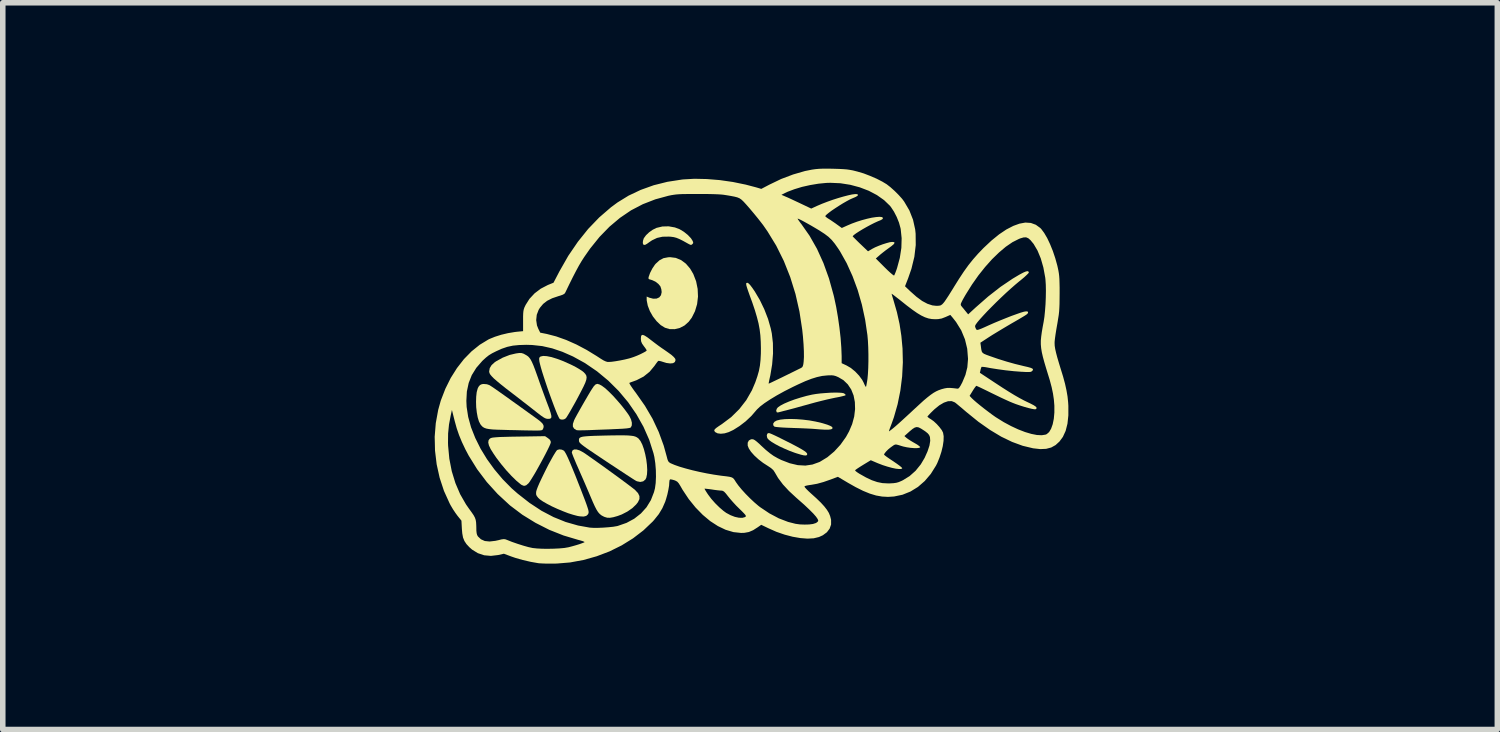
<source format=kicad_pcb>
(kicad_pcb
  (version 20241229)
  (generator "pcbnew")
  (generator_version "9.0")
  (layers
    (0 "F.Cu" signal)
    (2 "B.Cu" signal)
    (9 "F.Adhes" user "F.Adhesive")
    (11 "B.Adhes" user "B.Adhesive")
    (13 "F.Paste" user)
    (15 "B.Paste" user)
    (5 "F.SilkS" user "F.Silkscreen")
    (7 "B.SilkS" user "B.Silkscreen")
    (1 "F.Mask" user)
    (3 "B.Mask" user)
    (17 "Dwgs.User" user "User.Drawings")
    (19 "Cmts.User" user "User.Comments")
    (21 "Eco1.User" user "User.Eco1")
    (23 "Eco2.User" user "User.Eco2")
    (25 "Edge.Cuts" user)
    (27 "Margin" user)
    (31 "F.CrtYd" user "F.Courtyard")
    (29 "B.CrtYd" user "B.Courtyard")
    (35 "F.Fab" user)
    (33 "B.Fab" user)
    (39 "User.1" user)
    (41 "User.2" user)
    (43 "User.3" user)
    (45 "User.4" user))
  (footprint "NLIME_FLIP_12mm"
    (layer "F.Cu")
    (at 10.514 3.574)
    (property "Reference" "NLIME_FLIP_12mm" (at 0 0 0) (layer "User.1") (effects (font (size 1.5 1.5) (thickness 0.3))))
    (attr board_only exclude_from_pos_files exclude_from_bom)
    (fp_poly (pts (xy 0.347 1.209) (xy 0.366 1.215) (xy 0.395 1.227) (xy 0.437 1.246) (xy 0.496 1.274) (xy 0.574 1.313) (xy 0.642 1.347) (xy 0.759 1.406) (xy 0.852 1.455) (xy 0.924 1.495) (xy 0.976 1.527) (xy 1.01 1.552) (xy 1.029 1.573) (xy 1.034 1.585) (xy 1.031 1.604) (xy 1.013 1.613) (xy 0.977 1.612) (xy 0.921 1.599) (xy 0.842 1.575) (xy 0.814 1.566) (xy 0.719 1.531) (xy 0.625 1.491) (xy 0.536 1.45) (xy 0.457 1.408) (xy 0.391 1.368) (xy 0.342 1.332) (xy 0.315 1.302) (xy 0.312 1.297) (xy 0.303 1.255) (xy 0.311 1.223) (xy 0.324 1.211) (xy 0.334 1.209)) (stroke (width 0) (type solid)) (fill yes) (layer "F.SilkS"))
    (fp_poly (pts (xy 0.839 0.956) (xy 0.954 0.965) (xy 1.072 0.979) (xy 1.187 1) (xy 1.297 1.026) (xy 1.316 1.031) (xy 1.397 1.056) (xy 1.452 1.078) (xy 1.484 1.097) (xy 1.493 1.116) (xy 1.487 1.129) (xy 1.466 1.14) (xy 1.424 1.146) (xy 1.36 1.147) (xy 1.272 1.142) (xy 1.185 1.135) (xy 1.135 1.131) (xy 1.064 1.127) (xy 0.978 1.123) (xy 0.883 1.119) (xy 0.784 1.116) (xy 0.77 1.115) (xy 0.679 1.112) (xy 0.597 1.108) (xy 0.528 1.103) (xy 0.476 1.098) (xy 0.446 1.093) (xy 0.442 1.092) (xy 0.42 1.067) (xy 0.42 1.034) (xy 0.442 1.004) (xy 0.483 0.981) (xy 0.548 0.965) (xy 0.631 0.956) (xy 0.73 0.953)) (stroke (width 0) (type solid)) (fill yes) (layer "F.SilkS"))
    (fp_poly (pts (xy -1.359 -2.511) (xy -1.274 -2.479) (xy -1.196 -2.432) (xy -1.125 -2.375) (xy -1.068 -2.315) (xy -1.041 -2.273) (xy -1.028 -2.243) (xy -1.03 -2.224) (xy -1.043 -2.209) (xy -1.058 -2.197) (xy -1.076 -2.196) (xy -1.103 -2.208) (xy -1.132 -2.224) (xy -1.213 -2.269) (xy -1.277 -2.301) (xy -1.331 -2.323) (xy -1.38 -2.336) (xy -1.433 -2.343) (xy -1.468 -2.345) (xy -1.583 -2.343) (xy -1.682 -2.321) (xy -1.772 -2.278) (xy -1.814 -2.25) (xy -1.863 -2.215) (xy -1.895 -2.197) (xy -1.917 -2.195) (xy -1.93 -2.202) (xy -1.939 -2.228) (xy -1.936 -2.268) (xy -1.923 -2.31) (xy -1.919 -2.318) (xy -1.881 -2.37) (xy -1.825 -2.423) (xy -1.758 -2.47) (xy -1.691 -2.503) (xy -1.585 -2.528) (xy -1.472 -2.531)) (stroke (width 0) (type solid)) (fill yes) (layer "F.SilkS"))
    (fp_poly (pts (xy -3.655 1.299) (xy -3.62 1.328) (xy -3.605 1.357) (xy -3.603 1.376) (xy -3.61 1.401) (xy -3.629 1.446) (xy -3.658 1.506) (xy -3.695 1.579) (xy -3.738 1.661) (xy -3.784 1.746) (xy -3.831 1.831) (xy -3.877 1.913) (xy -3.921 1.987) (xy -3.959 2.048) (xy -3.989 2.094) (xy -4.007 2.117) (xy -4.049 2.153) (xy -4.087 2.163) (xy -4.129 2.147) (xy -4.148 2.134) (xy -4.227 2.068) (xy -4.315 1.982) (xy -4.408 1.881) (xy -4.5 1.77) (xy -4.587 1.656) (xy -4.639 1.58) (xy -4.691 1.497) (xy -4.722 1.431) (xy -4.734 1.379) (xy -4.728 1.338) (xy -4.71 1.313) (xy -4.699 1.305) (xy -4.683 1.297) (xy -4.66 1.291) (xy -4.627 1.287) (xy -4.58 1.283) (xy -4.518 1.279) (xy -4.437 1.277) (xy -4.335 1.274) (xy -4.209 1.272) (xy -4.138 1.271) (xy -3.707 1.264)) (stroke (width 0) (type solid)) (fill yes) (layer "F.SilkS"))
    (fp_poly (pts (xy 1.606 0.477) (xy 1.662 0.481) (xy 1.695 0.488) (xy 1.698 0.489) (xy 1.722 0.507) (xy 1.73 0.521) (xy 1.717 0.529) (xy 1.68 0.539) (xy 1.627 0.552) (xy 1.561 0.565) (xy 1.548 0.567) (xy 1.477 0.582) (xy 1.387 0.602) (xy 1.285 0.627) (xy 1.179 0.654) (xy 1.077 0.682) (xy 1.072 0.684) (xy 0.976 0.71) (xy 0.882 0.736) (xy 0.796 0.76) (xy 0.723 0.779) (xy 0.67 0.793) (xy 0.663 0.795) (xy 0.606 0.809) (xy 0.558 0.822) (xy 0.526 0.83) (xy 0.521 0.832) (xy 0.494 0.835) (xy 0.483 0.831) (xy 0.473 0.803) (xy 0.484 0.768) (xy 0.504 0.743) (xy 0.55 0.711) (xy 0.618 0.675) (xy 0.704 0.638) (xy 0.803 0.601) (xy 0.911 0.567) (xy 1.021 0.536) (xy 1.121 0.513) (xy 1.193 0.501) (xy 1.275 0.491) (xy 1.364 0.484) (xy 1.452 0.478) (xy 1.534 0.476)) (stroke (width 0) (type solid)) (fill yes) (layer "F.SilkS"))
    (fp_poly (pts (xy -2.72 0.33) (xy -2.672 0.358) (xy -2.618 0.398) (xy -2.553 0.458) (xy -2.48 0.531) (xy -2.405 0.614) (xy -2.33 0.701) (xy -2.261 0.788) (xy -2.202 0.869) (xy -2.181 0.902) (xy -2.152 0.961) (xy -2.137 1.019) (xy -2.138 1.069) (xy -2.155 1.105) (xy -2.159 1.108) (xy -2.181 1.116) (xy -2.227 1.123) (xy -2.299 1.129) (xy -2.398 1.134) (xy -2.444 1.136) (xy -2.547 1.141) (xy -2.658 1.145) (xy -2.768 1.149) (xy -2.866 1.153) (xy -2.912 1.155) (xy -2.987 1.157) (xy -3.052 1.158) (xy -3.103 1.158) (xy -3.133 1.156) (xy -3.138 1.154) (xy -3.182 1.127) (xy -3.204 1.09) (xy -3.203 1.041) (xy -3.181 0.976) (xy -3.165 0.943) (xy -3.127 0.873) (xy -3.08 0.789) (xy -3.029 0.699) (xy -2.977 0.609) (xy -2.928 0.525) (xy -2.886 0.454) (xy -2.86 0.413) (xy -2.823 0.358) (xy -2.791 0.327) (xy -2.759 0.318)) (stroke (width 0) (type solid)) (fill yes) (layer "F.SilkS"))
    (fp_poly (pts (xy -3.675 -0.183) (xy -3.59 -0.166) (xy -3.49 -0.135) (xy -3.378 -0.093) (xy -3.255 -0.038) (xy -3.209 -0.016) (xy -3.144 0.018) (xy -3.083 0.054) (xy -3.033 0.087) (xy -3.008 0.107) (xy -2.979 0.138) (xy -2.961 0.168) (xy -2.955 0.202) (xy -2.961 0.244) (xy -2.979 0.297) (xy -3.011 0.367) (xy -3.056 0.455) (xy -3.109 0.556) (xy -3.161 0.653) (xy -3.211 0.741) (xy -3.255 0.819) (xy -3.292 0.881) (xy -3.319 0.924) (xy -3.332 0.941) (xy -3.363 0.96) (xy -3.402 0.965) (xy -3.435 0.957) (xy -3.445 0.948) (xy -3.461 0.92) (xy -3.485 0.869) (xy -3.514 0.798) (xy -3.547 0.713) (xy -3.583 0.616) (xy -3.621 0.512) (xy -3.659 0.405) (xy -3.695 0.298) (xy -3.729 0.195) (xy -3.759 0.101) (xy -3.783 0.019) (xy -3.8 -0.046) (xy -3.81 -0.091) (xy -3.81 -0.094) (xy -3.814 -0.135) (xy -3.809 -0.158) (xy -3.793 -0.173) (xy -3.786 -0.177) (xy -3.741 -0.187)) (stroke (width 0) (type solid)) (fill yes) (layer "F.SilkS"))
    (fp_poly (pts (xy -3.403 1.508) (xy -3.365 1.527) (xy -3.349 1.548) (xy -3.325 1.59) (xy -3.295 1.652) (xy -3.257 1.738) (xy -3.212 1.846) (xy -3.158 1.978) (xy -3.096 2.136) (xy -3.066 2.212) (xy -3.021 2.329) (xy -2.985 2.422) (xy -2.958 2.496) (xy -2.939 2.552) (xy -2.926 2.593) (xy -2.92 2.624) (xy -2.919 2.645) (xy -2.923 2.662) (xy -2.93 2.676) (xy -2.932 2.679) (xy -2.962 2.706) (xy -3.009 2.718) (xy -3.076 2.714) (xy -3.119 2.707) (xy -3.198 2.686) (xy -3.29 2.657) (xy -3.388 2.619) (xy -3.488 2.577) (xy -3.584 2.533) (xy -3.672 2.487) (xy -3.747 2.444) (xy -3.803 2.405) (xy -3.83 2.38) (xy -3.858 2.344) (xy -3.869 2.314) (xy -3.868 2.274) (xy -3.868 2.271) (xy -3.859 2.237) (xy -3.839 2.183) (xy -3.81 2.115) (xy -3.773 2.036) (xy -3.732 1.951) (xy -3.688 1.862) (xy -3.644 1.775) (xy -3.6 1.695) (xy -3.56 1.623) (xy -3.526 1.567) (xy -3.5 1.528) (xy -3.485 1.513) (xy -3.448 1.503)) (stroke (width 0) (type solid)) (fill yes) (layer "F.SilkS"))
    (fp_poly (pts (xy -1.342 -1.96) (xy -1.246 -1.92) (xy -1.159 -1.855) (xy -1.083 -1.766) (xy -1.026 -1.669) (xy -0.975 -1.537) (xy -0.947 -1.399) (xy -0.941 -1.26) (xy -0.957 -1.124) (xy -0.995 -0.996) (xy -1.053 -0.88) (xy -1.11 -0.804) (xy -1.184 -0.738) (xy -1.27 -0.693) (xy -1.362 -0.671) (xy -1.454 -0.672) (xy -1.538 -0.697) (xy -1.616 -0.745) (xy -1.69 -0.816) (xy -1.757 -0.902) (xy -1.811 -0.997) (xy -1.849 -1.095) (xy -1.868 -1.189) (xy -1.869 -1.214) (xy -1.869 -1.261) (xy -1.82 -1.24) (xy -1.751 -1.222) (xy -1.69 -1.224) (xy -1.641 -1.246) (xy -1.61 -1.286) (xy -1.598 -1.341) (xy -1.598 -1.343) (xy -1.604 -1.393) (xy -1.619 -1.439) (xy -1.621 -1.445) (xy -1.657 -1.489) (xy -1.71 -1.53) (xy -1.77 -1.558) (xy -1.796 -1.566) (xy -1.827 -1.575) (xy -1.837 -1.589) (xy -1.834 -1.613) (xy -1.808 -1.687) (xy -1.768 -1.766) (xy -1.721 -1.836) (xy -1.706 -1.854) (xy -1.637 -1.917) (xy -1.565 -1.955) (xy -1.481 -1.971) (xy -1.445 -1.973)) (stroke (width 0) (type solid)) (fill yes) (layer "F.SilkS"))
    (fp_poly (pts (xy -3.083 1.521) (xy -3.019 1.555) (xy -3.017 1.556) (xy -2.969 1.588) (xy -2.905 1.633) (xy -2.828 1.687) (xy -2.742 1.748) (xy -2.649 1.814) (xy -2.554 1.883) (xy -2.459 1.952) (xy -2.367 2.019) (xy -2.282 2.082) (xy -2.208 2.137) (xy -2.146 2.184) (xy -2.102 2.218) (xy -2.078 2.238) (xy -2.025 2.295) (xy -2 2.348) (xy -2 2.401) (xy -2.027 2.458) (xy -2.059 2.499) (xy -2.129 2.566) (xy -2.219 2.628) (xy -2.32 2.68) (xy -2.395 2.708) (xy -2.473 2.73) (xy -2.533 2.74) (xy -2.582 2.739) (xy -2.63 2.725) (xy -2.656 2.713) (xy -2.69 2.694) (xy -2.72 2.669) (xy -2.748 2.637) (xy -2.776 2.593) (xy -2.807 2.533) (xy -2.843 2.454) (xy -2.886 2.353) (xy -2.926 2.259) (xy -2.973 2.149) (xy -3.023 2.034) (xy -3.072 1.923) (xy -3.104 1.849) (xy -3.14 1.768) (xy -3.171 1.694) (xy -3.197 1.632) (xy -3.214 1.587) (xy -3.222 1.562) (xy -3.223 1.559) (xy -3.212 1.524) (xy -3.183 1.505) (xy -3.139 1.504)) (stroke (width 0) (type solid)) (fill yes) (layer "F.SilkS"))
    (fp_poly (pts (xy -4.759 0.325) (xy -4.715 0.34) (xy -4.692 0.354) (xy -4.649 0.382) (xy -4.59 0.423) (xy -4.519 0.473) (xy -4.437 0.531) (xy -4.35 0.593) (xy -4.323 0.613) (xy -4.229 0.68) (xy -4.137 0.746) (xy -4.05 0.809) (xy -3.973 0.864) (xy -3.91 0.909) (xy -3.865 0.942) (xy -3.86 0.945) (xy -3.797 0.993) (xy -3.756 1.032) (xy -3.736 1.065) (xy -3.732 1.098) (xy -3.742 1.129) (xy -3.749 1.143) (xy -3.759 1.152) (xy -3.775 1.158) (xy -3.804 1.161) (xy -3.849 1.162) (xy -3.915 1.162) (xy -3.959 1.161) (xy -4.039 1.16) (xy -4.139 1.158) (xy -4.249 1.155) (xy -4.361 1.153) (xy -4.457 1.15) (xy -4.567 1.147) (xy -4.653 1.143) (xy -4.718 1.136) (xy -4.767 1.127) (xy -4.804 1.114) (xy -4.833 1.097) (xy -4.857 1.073) (xy -4.876 1.049) (xy -4.903 0.996) (xy -4.925 0.923) (xy -4.941 0.836) (xy -4.952 0.741) (xy -4.955 0.643) (xy -4.952 0.55) (xy -4.943 0.468) (xy -4.925 0.402) (xy -4.91 0.371) (xy -4.883 0.339) (xy -4.85 0.324) (xy -4.82 0.32)) (stroke (width 0) (type solid)) (fill yes) (layer "F.SilkS"))
    (fp_poly (pts (xy -2.282 1.249) (xy -2.209 1.251) (xy -2.152 1.256) (xy -2.107 1.262) (xy -2.073 1.272) (xy -2.046 1.285) (xy -2.024 1.301) (xy -2.016 1.307) (xy -1.981 1.352) (xy -1.948 1.417) (xy -1.919 1.499) (xy -1.895 1.591) (xy -1.876 1.687) (xy -1.864 1.784) (xy -1.859 1.874) (xy -1.863 1.953) (xy -1.876 2.016) (xy -1.892 2.048) (xy -1.932 2.081) (xy -1.985 2.092) (xy -2.044 2.08) (xy -2.059 2.073) (xy -2.08 2.061) (xy -2.121 2.035) (xy -2.181 1.996) (xy -2.255 1.948) (xy -2.343 1.89) (xy -2.44 1.826) (xy -2.545 1.757) (xy -2.595 1.724) (xy -2.716 1.643) (xy -2.816 1.576) (xy -2.896 1.522) (xy -2.959 1.479) (xy -3.007 1.444) (xy -3.041 1.418) (xy -3.065 1.397) (xy -3.08 1.381) (xy -3.089 1.368) (xy -3.092 1.356) (xy -3.093 1.351) (xy -3.094 1.327) (xy -3.091 1.309) (xy -3.08 1.294) (xy -3.058 1.282) (xy -3.024 1.273) (xy -2.974 1.267) (xy -2.906 1.262) (xy -2.817 1.258) (xy -2.703 1.255) (xy -2.63 1.253) (xy -2.49 1.25) (xy -2.375 1.249)) (stroke (width 0) (type solid)) (fill yes) (layer "F.SilkS"))
    (fp_poly (pts (xy -4.132 -0.239) (xy -4.094 -0.227) (xy -4.049 -0.202) (xy -4.037 -0.195) (xy -4.012 -0.177) (xy -3.99 -0.153) (xy -3.967 -0.121) (xy -3.944 -0.077) (xy -3.918 -0.018) (xy -3.888 0.06) (xy -3.852 0.16) (xy -3.831 0.219) (xy -3.796 0.319) (xy -3.756 0.43) (xy -3.715 0.542) (xy -3.678 0.643) (xy -3.662 0.684) (xy -3.628 0.774) (xy -3.606 0.842) (xy -3.594 0.89) (xy -3.592 0.922) (xy -3.602 0.94) (xy -3.621 0.949) (xy -3.652 0.951) (xy -3.657 0.951) (xy -3.681 0.948) (xy -3.707 0.939) (xy -3.74 0.92) (xy -3.783 0.89) (xy -3.842 0.845) (xy -3.878 0.816) (xy -3.942 0.766) (xy -4.022 0.703) (xy -4.112 0.634) (xy -4.204 0.562) (xy -4.293 0.494) (xy -4.308 0.482) (xy -4.419 0.397) (xy -4.508 0.326) (xy -4.579 0.267) (xy -4.633 0.22) (xy -4.671 0.181) (xy -4.697 0.15) (xy -4.712 0.123) (xy -4.717 0.1) (xy -4.718 0.094) (xy -4.707 0.033) (xy -4.674 -0.021) (xy -4.617 -0.073) (xy -4.59 -0.091) (xy -4.472 -0.156) (xy -4.347 -0.205) (xy -4.233 -0.232) (xy -4.175 -0.24)) (stroke (width 0) (type solid)) (fill yes) (layer "F.SilkS"))
    (fp_poly (pts (xy 1.514 -3.572) (xy 1.612 -3.569) (xy 1.689 -3.565) (xy 1.752 -3.56) (xy 1.806 -3.552) (xy 1.86 -3.542) (xy 1.92 -3.527) (xy 1.943 -3.521) (xy 2.055 -3.488) (xy 2.172 -3.443) (xy 2.288 -3.393) (xy 2.393 -3.339) (xy 2.471 -3.292) (xy 2.539 -3.239) (xy 2.614 -3.172) (xy 2.687 -3.099) (xy 2.751 -3.028) (xy 2.788 -2.978) (xy 2.882 -2.818) (xy 2.948 -2.65) (xy 2.987 -2.474) (xy 2.995 -2.398) (xy 2.997 -2.192) (xy 2.972 -1.98) (xy 2.919 -1.763) (xy 2.859 -1.59) (xy 2.803 -1.447) (xy 2.896 -1.358) (xy 3.01 -1.257) (xy 3.113 -1.181) (xy 3.209 -1.13) (xy 3.298 -1.101) (xy 3.369 -1.093) (xy 3.417 -1.095) (xy 3.449 -1.102) (xy 3.463 -1.112) (xy 3.811 -1.112) (xy 3.816 -1.098) (xy 3.817 -1.096) (xy 3.836 -1.072) (xy 3.866 -1.036) (xy 3.891 -1.005) (xy 3.945 -0.939) (xy 4.081 -1.064) (xy 4.307 -1.262) (xy 4.53 -1.436) (xy 4.749 -1.584) (xy 4.87 -1.656) (xy 4.941 -1.694) (xy 4.991 -1.715) (xy 5.024 -1.72) (xy 5.039 -1.709) (xy 5.042 -1.694) (xy 5.031 -1.679) (xy 5.002 -1.65) (xy 4.959 -1.61) (xy 4.904 -1.564) (xy 4.869 -1.536) (xy 4.795 -1.474) (xy 4.714 -1.403) (xy 4.628 -1.325) (xy 4.541 -1.243) (xy 4.454 -1.159) (xy 4.37 -1.075) (xy 4.291 -0.995) (xy 4.221 -0.92) (xy 4.161 -0.854) (xy 4.114 -0.799) (xy 4.083 -0.757) (xy 4.07 -0.73) (xy 4.069 -0.728) (xy 4.076 -0.698) (xy 4.087 -0.675) (xy 4.094 -0.664) (xy 4.103 -0.658) (xy 4.119 -0.658) (xy 4.144 -0.666) (xy 4.184 -0.681) (xy 4.241 -0.706) (xy 4.316 -0.74) (xy 4.418 -0.785) (xy 4.524 -0.829) (xy 4.628 -0.871) (xy 4.727 -0.91) (xy 4.816 -0.942) (xy 4.89 -0.968) (xy 4.947 -0.985) (xy 4.975 -0.991) (xy 5.011 -0.993) (xy 5.026 -0.985) (xy 5.028 -0.977) (xy 5.027 -0.967) (xy 5.023 -0.958) (xy 5.014 -0.947) (xy 4.995 -0.932) (xy 4.964 -0.912) (xy 4.919 -0.885) (xy 4.857 -0.848) (xy 4.774 -0.8) (xy 4.732 -0.776) (xy 4.642 -0.723) (xy 4.548 -0.667) (xy 4.459 -0.613) (xy 4.38 -0.565) (xy 4.319 -0.526) (xy 4.166 -0.426) (xy 4.175 -0.361) (xy 4.182 -0.307) (xy 4.19 -0.27) (xy 4.205 -0.245) (xy 4.231 -0.226) (xy 4.273 -0.208) (xy 4.333 -0.186) (xy 4.486 -0.133) (xy 4.643 -0.084) (xy 4.793 -0.042) (xy 4.928 -0.009) (xy 4.943 -0.005) (xy 5.022 0.013) (xy 5.076 0.028) (xy 5.107 0.042) (xy 5.118 0.057) (xy 5.112 0.074) (xy 5.104 0.084) (xy 5.09 0.095) (xy 5.071 0.102) (xy 5.041 0.104) (xy 4.996 0.104) (xy 4.928 0.1) (xy 4.916 0.1) (xy 4.773 0.089) (xy 4.623 0.073) (xy 4.476 0.053) (xy 4.343 0.032) (xy 4.312 0.026) (xy 4.258 0.016) (xy 4.215 0.011) (xy 4.19 0.01) (xy 4.187 0.011) (xy 4.179 0.029) (xy 4.169 0.062) (xy 4.168 0.069) (xy 4.157 0.118) (xy 4.434 0.301) (xy 4.567 0.388) (xy 4.682 0.461) (xy 4.782 0.522) (xy 4.873 0.574) (xy 4.957 0.619) (xy 5.04 0.659) (xy 5.066 0.671) (xy 5.133 0.706) (xy 5.173 0.734) (xy 5.185 0.757) (xy 5.169 0.775) (xy 5.163 0.777) (xy 5.138 0.777) (xy 5.093 0.769) (xy 5.032 0.754) (xy 4.96 0.734) (xy 4.884 0.71) (xy 4.808 0.684) (xy 4.751 0.662) (xy 4.698 0.64) (xy 4.627 0.608) (xy 4.543 0.569) (xy 4.454 0.526) (xy 4.365 0.483) (xy 4.365 0.483) (xy 4.286 0.444) (xy 4.216 0.41) (xy 4.158 0.382) (xy 4.116 0.363) (xy 4.095 0.354) (xy 4.093 0.353) (xy 4.082 0.364) (xy 4.06 0.393) (xy 4.032 0.435) (xy 4.027 0.444) (xy 3.971 0.535) (xy 4.009 0.576) (xy 4.045 0.61) (xy 4.098 0.656) (xy 4.164 0.71) (xy 4.236 0.767) (xy 4.311 0.824) (xy 4.382 0.877) (xy 4.443 0.92) (xy 4.456 0.928) (xy 4.588 1.01) (xy 4.72 1.081) (xy 4.849 1.141) (xy 4.973 1.189) (xy 5.087 1.223) (xy 5.189 1.243) (xy 5.276 1.247) (xy 5.345 1.236) (xy 5.366 1.227) (xy 5.409 1.19) (xy 5.445 1.129) (xy 5.474 1.048) (xy 5.494 0.949) (xy 5.504 0.838) (xy 5.504 0.717) (xy 5.504 0.713) (xy 5.495 0.602) (xy 5.479 0.493) (xy 5.455 0.379) (xy 5.421 0.251) (xy 5.398 0.176) (xy 5.356 0.04) (xy 5.322 -0.075) (xy 5.296 -0.171) (xy 5.277 -0.254) (xy 5.265 -0.328) (xy 5.259 -0.397) (xy 5.259 -0.465) (xy 5.266 -0.538) (xy 5.277 -0.619) (xy 5.293 -0.713) (xy 5.31 -0.804) (xy 5.324 -0.894) (xy 5.335 -1.003) (xy 5.344 -1.122) (xy 5.349 -1.245) (xy 5.351 -1.365) (xy 5.349 -1.474) (xy 5.343 -1.566) (xy 5.339 -1.603) (xy 5.305 -1.787) (xy 5.258 -1.951) (xy 5.199 -2.093) (xy 5.129 -2.212) (xy 5.072 -2.281) (xy 5.033 -2.315) (xy 4.993 -2.332) (xy 4.946 -2.33) (xy 4.885 -2.312) (xy 4.859 -2.301) (xy 4.746 -2.244) (xy 4.626 -2.162) (xy 4.503 -2.058) (xy 4.377 -1.936) (xy 4.252 -1.796) (xy 4.13 -1.643) (xy 4.014 -1.478) (xy 3.905 -1.304) (xy 3.886 -1.272) (xy 3.849 -1.207) (xy 3.826 -1.162) (xy 3.813 -1.132) (xy 3.811 -1.112) (xy 3.463 -1.112) (xy 3.474 -1.119) (xy 3.496 -1.142) (xy 3.518 -1.169) (xy 3.55 -1.216) (xy 3.591 -1.278) (xy 3.636 -1.35) (xy 3.684 -1.427) (xy 3.684 -1.428) (xy 3.779 -1.58) (xy 3.866 -1.712) (xy 3.95 -1.829) (xy 4.035 -1.935) (xy 4.124 -2.036) (xy 4.221 -2.137) (xy 4.222 -2.138) (xy 4.367 -2.274) (xy 4.505 -2.386) (xy 4.636 -2.474) (xy 4.762 -2.539) (xy 4.872 -2.579) (xy 4.979 -2.599) (xy 5.079 -2.592) (xy 5.169 -2.559) (xy 5.249 -2.501) (xy 5.268 -2.481) (xy 5.32 -2.411) (xy 5.374 -2.319) (xy 5.426 -2.209) (xy 5.476 -2.086) (xy 5.52 -1.955) (xy 5.557 -1.822) (xy 5.566 -1.782) (xy 5.577 -1.73) (xy 5.585 -1.683) (xy 5.591 -1.633) (xy 5.595 -1.578) (xy 5.597 -1.51) (xy 5.599 -1.424) (xy 5.599 -1.319) (xy 5.598 -1.211) (xy 5.597 -1.125) (xy 5.594 -1.054) (xy 5.59 -0.99) (xy 5.583 -0.927) (xy 5.572 -0.859) (xy 5.559 -0.777) (xy 5.553 -0.745) (xy 5.538 -0.658) (xy 5.525 -0.576) (xy 5.515 -0.504) (xy 5.509 -0.45) (xy 5.508 -0.421) (xy 5.51 -0.371) (xy 5.519 -0.313) (xy 5.535 -0.242) (xy 5.558 -0.155) (xy 5.59 -0.047) (xy 5.614 0.032) (xy 5.661 0.184) (xy 5.697 0.317) (xy 5.723 0.435) (xy 5.742 0.545) (xy 5.753 0.651) (xy 5.757 0.715) (xy 5.757 0.888) (xy 5.741 1.038) (xy 5.708 1.168) (xy 5.658 1.277) (xy 5.597 1.36) (xy 5.526 1.425) (xy 5.447 1.469) (xy 5.356 1.493) (xy 5.25 1.498) (xy 5.125 1.484) (xy 5.118 1.483) (xy 4.931 1.438) (xy 4.74 1.368) (xy 4.543 1.273) (xy 4.34 1.151) (xy 4.131 1.004) (xy 3.915 0.829) (xy 3.889 0.807) (xy 3.831 0.757) (xy 3.778 0.713) (xy 3.735 0.677) (xy 3.707 0.655) (xy 3.702 0.652) (xy 3.647 0.63) (xy 3.58 0.632) (xy 3.505 0.658) (xy 3.422 0.707) (xy 3.335 0.778) (xy 3.313 0.799) (xy 3.269 0.842) (xy 3.235 0.878) (xy 3.213 0.903) (xy 3.208 0.911) (xy 3.22 0.923) (xy 3.248 0.944) (xy 3.27 0.957) (xy 3.322 0.994) (xy 3.377 1.045) (xy 3.427 1.101) (xy 3.468 1.155) (xy 3.491 1.201) (xy 3.502 1.265) (xy 3.5 1.348) (xy 3.486 1.444) (xy 3.461 1.547) (xy 3.427 1.651) (xy 3.386 1.752) (xy 3.363 1.797) (xy 3.269 1.947) (xy 3.16 2.075) (xy 3.037 2.182) (xy 2.902 2.265) (xy 2.758 2.323) (xy 2.605 2.355) (xy 2.495 2.362) (xy 2.388 2.356) (xy 2.28 2.337) (xy 2.167 2.303) (xy 2.045 2.253) (xy 1.911 2.186) (xy 1.778 2.111) (xy 1.589 1.999) (xy 1.461 2.047) (xy 1.329 2.093) (xy 1.213 2.125) (xy 1.106 2.144) (xy 1.076 2.148) (xy 1.03 2.156) (xy 0.996 2.165) (xy 0.984 2.174) (xy 0.992 2.189) (xy 1.017 2.218) (xy 1.056 2.257) (xy 1.096 2.294) (xy 1.198 2.386) (xy 1.28 2.465) (xy 1.343 2.534) (xy 1.391 2.596) (xy 1.426 2.653) (xy 1.449 2.71) (xy 1.464 2.768) (xy 1.466 2.78) (xy 1.466 2.862) (xy 1.44 2.936) (xy 1.39 3.002) (xy 1.317 3.056) (xy 1.247 3.088) (xy 1.152 3.111) (xy 1.039 3.117) (xy 0.911 3.107) (xy 0.772 3.083) (xy 0.626 3.045) (xy 0.478 2.994) (xy 0.334 2.93) (xy 0.203 2.867) (xy 0.14 2.911) (xy 0.057 2.964) (xy -0.02 2.997) (xy -0.101 3.012) (xy -0.162 3.014) (xy -0.3 2.999) (xy -0.441 2.957) (xy -0.581 2.89) (xy -0.72 2.8) (xy -0.855 2.687) (xy -0.985 2.554) (xy -1.108 2.402) (xy -1.221 2.232) (xy -1.231 2.214) (xy -0.823 2.214) (xy -0.817 2.227) (xy -0.799 2.258) (xy -0.772 2.3) (xy -0.757 2.322) (xy -0.7 2.398) (xy -0.63 2.477) (xy -0.555 2.551) (xy -0.482 2.614) (xy -0.431 2.651) (xy -0.353 2.693) (xy -0.275 2.723) (xy -0.202 2.739) (xy -0.139 2.741) (xy -0.092 2.728) (xy -0.085 2.724) (xy -0.076 2.715) (xy -0.076 2.703) (xy -0.086 2.686) (xy -0.11 2.659) (xy -0.15 2.618) (xy -0.189 2.58) (xy -0.249 2.521) (xy -0.309 2.456) (xy -0.363 2.394) (xy -0.397 2.352) (xy -0.437 2.301) (xy -0.466 2.27) (xy -0.49 2.254) (xy -0.512 2.249) (xy -0.543 2.247) (xy -0.592 2.242) (xy -0.653 2.234) (xy -0.684 2.229) (xy -0.742 2.221) (xy -0.788 2.216) (xy -0.817 2.213) (xy -0.823 2.214) (xy -1.231 2.214) (xy -1.261 2.162) (xy -1.29 2.116) (xy -1.316 2.087) (xy -1.348 2.069) (xy -1.371 2.06) (xy -1.411 2.049) (xy -1.44 2.045) (xy -1.447 2.046) (xy -1.456 2.064) (xy -1.46 2.098) (xy -1.46 2.101) (xy -1.464 2.16) (xy -1.477 2.236) (xy -1.495 2.319) (xy -1.518 2.4) (xy -1.534 2.45) (xy -1.585 2.566) (xy -1.65 2.674) (xy -1.735 2.78) (xy -1.761 2.809) (xy -1.928 2.968) (xy -2.116 3.112) (xy -2.321 3.239) (xy -2.541 3.348) (xy -2.773 3.436) (xy -3.011 3.503) (xy -3.255 3.548) (xy -3.499 3.568) (xy -3.512 3.568) (xy -3.597 3.569) (xy -3.681 3.569) (xy -3.755 3.566) (xy -3.812 3.563) (xy -3.829 3.561) (xy -3.965 3.537) (xy -4.108 3.504) (xy -4.245 3.465) (xy -4.32 3.439) (xy -4.451 3.39) (xy -4.558 3.414) (xy -4.686 3.429) (xy -4.808 3.418) (xy -4.922 3.38) (xy -5.026 3.316) (xy -5.075 3.273) (xy -5.128 3.216) (xy -5.165 3.16) (xy -5.19 3.098) (xy -5.204 3.022) (xy -5.211 2.941) (xy -5.219 2.792) (xy -5.29 2.704) (xy -5.328 2.652) (xy -5.372 2.586) (xy -5.414 2.515) (xy -5.433 2.479) (xy -5.535 2.254) (xy -5.613 2.017) (xy -5.667 1.773) (xy -5.697 1.524) (xy -5.7 1.385) (xy -5.462 1.385) (xy -5.46 1.439) (xy -5.438 1.672) (xy -5.394 1.898) (xy -5.328 2.113) (xy -5.242 2.314) (xy -5.137 2.497) (xy -5.087 2.569) (xy -5.036 2.639) (xy -4.999 2.693) (xy -4.975 2.738) (xy -4.961 2.779) (xy -4.954 2.823) (xy -4.951 2.877) (xy -4.95 2.908) (xy -4.949 2.974) (xy -4.944 3.019) (xy -4.936 3.05) (xy -4.922 3.075) (xy -4.92 3.078) (xy -4.866 3.129) (xy -4.797 3.16) (xy -4.71 3.169) (xy -4.606 3.157) (xy -4.55 3.145) (xy -4.495 3.131) (xy -4.457 3.126) (xy -4.429 3.128) (xy -4.403 3.137) (xy -4.305 3.176) (xy -4.201 3.212) (xy -4.1 3.244) (xy -4.008 3.27) (xy -3.934 3.286) (xy -3.928 3.287) (xy -3.852 3.295) (xy -3.758 3.3) (xy -3.655 3.301) (xy -3.549 3.299) (xy -3.447 3.294) (xy -3.358 3.286) (xy -3.288 3.274) (xy -3.279 3.272) (xy -3.214 3.255) (xy -3.147 3.236) (xy -3.085 3.217) (xy -3.035 3.199) (xy -3.001 3.186) (xy -2.992 3.18) (xy -3 3.173) (xy -3.03 3.161) (xy -3.077 3.147) (xy -3.112 3.138) (xy -3.373 3.06) (xy -3.63 2.958) (xy -3.88 2.831) (xy -4.117 2.685) (xy -4.336 2.52) (xy -4.351 2.507) (xy -4.564 2.31) (xy -4.76 2.094) (xy -4.935 1.862) (xy -5.087 1.617) (xy -5.147 1.504) (xy -5.211 1.369) (xy -5.262 1.245) (xy -5.305 1.12) (xy -5.343 0.982) (xy -5.345 0.973) (xy -5.391 0.79) (xy -5.413 0.889) (xy -5.444 1.054) (xy -5.46 1.215) (xy -5.462 1.385) (xy -5.7 1.385) (xy -5.703 1.275) (xy -5.683 1.028) (xy -5.639 0.787) (xy -5.594 0.626) (xy -5.13 0.626) (xy -5.125 0.735) (xy -5.097 0.916) (xy -5.045 1.105) (xy -4.969 1.297) (xy -4.873 1.49) (xy -4.757 1.68) (xy -4.623 1.865) (xy -4.474 2.042) (xy -4.311 2.207) (xy -4.203 2.302) (xy -3.987 2.471) (xy -3.771 2.613) (xy -3.554 2.727) (xy -3.334 2.816) (xy -3.11 2.88) (xy -2.898 2.918) (xy -2.832 2.922) (xy -2.747 2.922) (xy -2.653 2.918) (xy -2.558 2.911) (xy -2.472 2.902) (xy -2.403 2.89) (xy -2.388 2.886) (xy -2.233 2.832) (xy -2.094 2.757) (xy -1.973 2.662) (xy -1.872 2.55) (xy -1.793 2.421) (xy -1.737 2.277) (xy -1.719 2.207) (xy -1.706 2.112) (xy -1.701 1.999) (xy -1.703 1.877) (xy -1.713 1.754) (xy -1.73 1.64) (xy -1.746 1.572) (xy -1.823 1.33) (xy -1.927 1.094) (xy -2.055 0.867) (xy -2.205 0.65) (xy -2.375 0.447) (xy -2.563 0.26) (xy -2.767 0.091) (xy -2.985 -0.058) (xy -3.201 -0.177) (xy -3.394 -0.262) (xy -3.577 -0.324) (xy -3.758 -0.365) (xy -3.941 -0.385) (xy -4.047 -0.388) (xy -4.178 -0.384) (xy -4.289 -0.373) (xy -4.391 -0.351) (xy -4.49 -0.317) (xy -4.588 -0.273) (xy -4.664 -0.235) (xy -4.723 -0.199) (xy -4.775 -0.158) (xy -4.832 -0.106) (xy -4.844 -0.094) (xy -4.95 0.028) (xy -5.032 0.16) (xy -5.088 0.302) (xy -5.121 0.457) (xy -5.13 0.626) (xy -5.594 0.626) (xy -5.59 0.614) (xy -5.51 0.407) (xy -5.413 0.212) (xy -5.3 0.033) (xy -5.174 -0.129) (xy -5.036 -0.27) (xy -4.888 -0.389) (xy -4.732 -0.484) (xy -4.709 -0.495) (xy -4.613 -0.534) (xy -4.499 -0.57) (xy -4.377 -0.599) (xy -4.258 -0.619) (xy -4.217 -0.624) (xy -4.104 -0.635) (xy -4.104 -0.825) (xy -4.104 -0.835) (xy -3.867 -0.835) (xy -3.853 -0.739) (xy -3.829 -0.678) (xy -3.794 -0.608) (xy -3.674 -0.584) (xy -3.505 -0.54) (xy -3.325 -0.476) (xy -3.14 -0.394) (xy -2.955 -0.296) (xy -2.775 -0.186) (xy -2.769 -0.182) (xy -2.7 -0.137) (xy -2.649 -0.106) (xy -2.61 -0.088) (xy -2.579 -0.079) (xy -2.56 -0.078) (xy -2.506 -0.081) (xy -2.433 -0.091) (xy -2.351 -0.105) (xy -2.267 -0.122) (xy -2.189 -0.141) (xy -2.158 -0.15) (xy -2.104 -0.168) (xy -2.045 -0.191) (xy -1.986 -0.217) (xy -1.934 -0.243) (xy -1.893 -0.265) (xy -1.871 -0.282) (xy -1.869 -0.287) (xy -1.877 -0.304) (xy -1.898 -0.335) (xy -1.921 -0.365) (xy -1.953 -0.411) (xy -1.969 -0.45) (xy -1.974 -0.494) (xy -1.974 -0.498) (xy -1.971 -0.54) (xy -1.96 -0.563) (xy -1.938 -0.568) (xy -1.904 -0.554) (xy -1.854 -0.522) (xy -1.79 -0.473) (xy -1.726 -0.424) (xy -1.658 -0.373) (xy -1.595 -0.328) (xy -1.565 -0.308) (xy -1.482 -0.25) (xy -1.42 -0.205) (xy -1.379 -0.168) (xy -1.355 -0.139) (xy -1.347 -0.115) (xy -1.347 -0.112) (xy -1.359 -0.077) (xy -1.392 -0.056) (xy -1.444 -0.051) (xy -1.512 -0.06) (xy -1.568 -0.077) (xy -1.612 -0.091) (xy -1.646 -0.098) (xy -1.659 -0.097) (xy -1.673 -0.083) (xy -1.697 -0.051) (xy -1.726 -0.01) (xy -1.726 -0.009) (xy -1.816 0.099) (xy -1.924 0.186) (xy -2.05 0.251) (xy -2.115 0.275) (xy -2.153 0.288) (xy -2.179 0.299) (xy -2.182 0.302) (xy -2.178 0.316) (xy -2.159 0.348) (xy -2.128 0.394) (xy -2.088 0.45) (xy -2.065 0.48) (xy -1.901 0.714) (xy -1.763 0.949) (xy -1.651 1.188) (xy -1.561 1.435) (xy -1.508 1.626) (xy -1.494 1.68) (xy -1.481 1.714) (xy -1.465 1.735) (xy -1.441 1.751) (xy -1.433 1.755) (xy -1.365 1.784) (xy -1.274 1.816) (xy -1.165 1.848) (xy -1.044 1.88) (xy -0.915 1.91) (xy -0.783 1.937) (xy -0.653 1.96) (xy -0.531 1.978) (xy -0.508 1.981) (xy -0.43 1.99) (xy -0.375 1.998) (xy -0.338 2.007) (xy -0.311 2.02) (xy -0.291 2.039) (xy -0.272 2.067) (xy -0.254 2.096) (xy -0.211 2.156) (xy -0.151 2.229) (xy -0.079 2.308) (xy -0.001 2.387) (xy 0.078 2.461) (xy 0.153 2.525) (xy 0.183 2.548) (xy 0.35 2.66) (xy 0.52 2.75) (xy 0.689 2.815) (xy 0.823 2.849) (xy 0.903 2.86) (xy 0.988 2.863) (xy 1.068 2.861) (xy 1.138 2.852) (xy 1.188 2.836) (xy 1.192 2.835) (xy 1.22 2.815) (xy 1.234 2.796) (xy 1.234 2.794) (xy 1.224 2.764) (xy 1.194 2.72) (xy 1.144 2.663) (xy 1.072 2.591) (xy 0.979 2.503) (xy 0.863 2.401) (xy 0.838 2.379) (xy 0.704 2.255) (xy 0.595 2.137) (xy 0.508 2.021) (xy 0.447 1.917) (xy 0.424 1.882) (xy 1.9 1.882) (xy 1.909 1.895) (xy 1.936 1.916) (xy 1.977 1.943) (xy 1.977 1.943) (xy 2.098 2.011) (xy 2.204 2.061) (xy 2.301 2.094) (xy 2.395 2.113) (xy 2.492 2.118) (xy 2.528 2.118) (xy 2.596 2.114) (xy 2.646 2.107) (xy 2.691 2.094) (xy 2.742 2.072) (xy 2.768 2.059) (xy 2.886 1.986) (xy 2.994 1.89) (xy 3.088 1.774) (xy 3.158 1.656) (xy 3.211 1.537) (xy 3.245 1.434) (xy 3.259 1.348) (xy 3.254 1.281) (xy 3.253 1.277) (xy 3.238 1.242) (xy 3.213 1.212) (xy 3.172 1.179) (xy 3.15 1.164) (xy 3.094 1.128) (xy 3.052 1.106) (xy 3.016 1.099) (xy 2.98 1.108) (xy 2.94 1.133) (xy 2.888 1.176) (xy 2.849 1.211) (xy 2.792 1.262) (xy 2.829 1.295) (xy 2.859 1.317) (xy 2.905 1.347) (xy 2.959 1.379) (xy 2.975 1.388) (xy 3.023 1.416) (xy 3.059 1.442) (xy 3.077 1.46) (xy 3.078 1.464) (xy 3.06 1.475) (xy 3.021 1.48) (xy 2.966 1.48) (xy 2.903 1.475) (xy 2.835 1.465) (xy 2.771 1.451) (xy 2.74 1.442) (xy 2.686 1.425) (xy 2.651 1.416) (xy 2.628 1.415) (xy 2.609 1.422) (xy 2.592 1.432) (xy 2.546 1.465) (xy 2.5 1.502) (xy 2.462 1.54) (xy 2.435 1.573) (xy 2.424 1.595) (xy 2.425 1.6) (xy 2.441 1.614) (xy 2.475 1.64) (xy 2.524 1.674) (xy 2.583 1.713) (xy 2.598 1.723) (xy 2.656 1.763) (xy 2.704 1.798) (xy 2.738 1.826) (xy 2.753 1.843) (xy 2.753 1.845) (xy 2.735 1.857) (xy 2.695 1.858) (xy 2.637 1.852) (xy 2.566 1.837) (xy 2.486 1.815) (xy 2.401 1.788) (xy 2.315 1.755) (xy 2.298 1.748) (xy 2.184 1.699) (xy 2.044 1.784) (xy 1.988 1.819) (xy 1.942 1.849) (xy 1.911 1.871) (xy 1.9 1.882) (xy 0.424 1.882) (xy 0.42 1.877) (xy 0.38 1.841) (xy 0.326 1.805) (xy 0.236 1.747) (xy 0.152 1.682) (xy 0.079 1.615) (xy 0.019 1.548) (xy -0.022 1.486) (xy -0.042 1.435) (xy -0.042 1.382) (xy -0.021 1.342) (xy 0.017 1.321) (xy 0.037 1.319) (xy 0.06 1.322) (xy 0.087 1.336) (xy 0.121 1.362) (xy 0.168 1.403) (xy 0.202 1.436) (xy 0.285 1.512) (xy 0.358 1.572) (xy 0.427 1.621) (xy 0.501 1.663) (xy 0.566 1.695) (xy 0.719 1.754) (xy 0.863 1.788) (xy 1 1.796) (xy 1.129 1.777) (xy 1.254 1.732) (xy 1.268 1.725) (xy 1.399 1.645) (xy 1.523 1.541) (xy 1.636 1.418) (xy 1.735 1.279) (xy 1.788 1.183) (xy 1.791 1.178) (xy 2.513 1.178) (xy 2.526 1.169) (xy 2.555 1.147) (xy 2.594 1.116) (xy 2.606 1.106) (xy 2.641 1.076) (xy 2.693 1.03) (xy 2.757 0.972) (xy 2.829 0.906) (xy 2.905 0.836) (xy 2.952 0.792) (xy 3.053 0.699) (xy 3.136 0.623) (xy 3.206 0.564) (xy 3.266 0.517) (xy 3.318 0.481) (xy 3.365 0.454) (xy 3.411 0.433) (xy 3.459 0.416) (xy 3.465 0.414) (xy 3.518 0.4) (xy 3.565 0.392) (xy 3.615 0.391) (xy 3.676 0.396) (xy 3.751 0.405) (xy 3.768 0.402) (xy 3.785 0.385) (xy 3.807 0.351) (xy 3.837 0.295) (xy 3.839 0.291) (xy 3.896 0.155) (xy 3.93 0.019) (xy 3.942 -0.126) (xy 3.942 -0.141) (xy 3.928 -0.317) (xy 3.887 -0.487) (xy 3.82 -0.649) (xy 3.726 -0.801) (xy 3.663 -0.881) (xy 3.622 -0.929) (xy 3.534 -0.89) (xy 3.466 -0.864) (xy 3.403 -0.853) (xy 3.352 -0.851) (xy 3.288 -0.854) (xy 3.227 -0.865) (xy 3.164 -0.886) (xy 3.097 -0.918) (xy 3.022 -0.963) (xy 2.936 -1.023) (xy 2.834 -1.1) (xy 2.769 -1.152) (xy 2.704 -1.204) (xy 2.647 -1.248) (xy 2.602 -1.283) (xy 2.572 -1.305) (xy 2.56 -1.312) (xy 2.56 -1.312) (xy 2.564 -1.297) (xy 2.574 -1.261) (xy 2.589 -1.212) (xy 2.594 -1.196) (xy 2.657 -0.977) (xy 2.704 -0.766) (xy 2.737 -0.55) (xy 2.758 -0.322) (xy 2.764 -0.072) (xy 2.751 0.184) (xy 2.719 0.439) (xy 2.669 0.687) (xy 2.602 0.922) (xy 2.562 1.035) (xy 2.54 1.093) (xy 2.523 1.139) (xy 2.514 1.169) (xy 2.513 1.178) (xy 1.791 1.178) (xy 1.847 1.046) (xy 1.884 0.909) (xy 1.9 0.775) (xy 1.896 0.647) (xy 1.873 0.528) (xy 1.83 0.42) (xy 1.768 0.327) (xy 1.689 0.251) (xy 1.599 0.198) (xy 1.553 0.178) (xy 1.514 0.167) (xy 1.474 0.163) (xy 1.42 0.164) (xy 1.39 0.166) (xy 1.304 0.175) (xy 1.212 0.195) (xy 1.112 0.226) (xy 0.998 0.27) (xy 0.868 0.329) (xy 0.776 0.373) (xy 0.622 0.451) (xy 0.484 0.527) (xy 0.363 0.6) (xy 0.262 0.667) (xy 0.182 0.728) (xy 0.126 0.781) (xy 0.113 0.796) (xy 0.024 0.899) (xy -0.079 0.996) (xy -0.19 1.081) (xy -0.301 1.151) (xy -0.386 1.191) (xy -0.459 1.213) (xy -0.528 1.22) (xy -0.586 1.213) (xy -0.627 1.192) (xy -0.629 1.191) (xy -0.643 1.173) (xy -0.647 1.157) (xy -0.637 1.139) (xy -0.612 1.116) (xy -0.567 1.084) (xy -0.508 1.045) (xy -0.34 0.919) (xy -0.194 0.775) (xy -0.068 0.613) (xy 0.034 0.435) (xy 0.096 0.289) (xy 0.133 0.181) (xy 0.161 0.083) (xy 0.179 -0.012) (xy 0.19 -0.113) (xy 0.196 -0.228) (xy 0.197 -0.324) (xy 0.194 -0.447) (xy 0.187 -0.559) (xy 0.174 -0.667) (xy 0.154 -0.775) (xy 0.125 -0.889) (xy 0.088 -1.014) (xy 0.04 -1.156) (xy -0.003 -1.273) (xy -0.034 -1.36) (xy -0.055 -1.423) (xy -0.067 -1.466) (xy -0.07 -1.493) (xy -0.066 -1.505) (xy -0.05 -1.511) (xy -0.028 -1.5) (xy 0.001 -1.471) (xy 0.04 -1.42) (xy 0.086 -1.353) (xy 0.177 -1.199) (xy 0.258 -1.031) (xy 0.326 -0.856) (xy 0.375 -0.684) (xy 0.394 -0.594) (xy 0.414 -0.42) (xy 0.416 -0.231) (xy 0.4 -0.034) (xy 0.367 0.166) (xy 0.353 0.226) (xy 0.344 0.27) (xy 0.338 0.302) (xy 0.337 0.314) (xy 0.35 0.309) (xy 0.385 0.293) (xy 0.437 0.268) (xy 0.504 0.236) (xy 0.581 0.199) (xy 0.615 0.182) (xy 0.697 0.142) (xy 0.774 0.104) (xy 0.839 0.072) (xy 0.889 0.047) (xy 0.919 0.033) (xy 0.924 0.03) (xy 0.943 0.017) (xy 0.955 -0.003) (xy 0.964 -0.037) (xy 0.97 -0.085) (xy 0.975 -0.168) (xy 0.974 -0.274) (xy 0.968 -0.399) (xy 0.957 -0.539) (xy 0.944 -0.663) (xy 0.894 -0.99) (xy 0.822 -1.307) (xy 0.727 -1.613) (xy 0.611 -1.905) (xy 0.474 -2.181) (xy 0.317 -2.438) (xy 0.235 -2.556) (xy 0.19 -2.614) (xy 0.146 -2.67) (xy 0.861 -2.67) (xy 0.866 -2.658) (xy 0.886 -2.629) (xy 0.915 -2.588) (xy 0.927 -2.574) (xy 1.077 -2.36) (xy 1.211 -2.124) (xy 1.328 -1.866) (xy 1.428 -1.588) (xy 1.511 -1.289) (xy 1.521 -1.248) (xy 1.558 -1.074) (xy 1.59 -0.888) (xy 1.617 -0.699) (xy 1.638 -0.514) (xy 1.651 -0.339) (xy 1.657 -0.183) (xy 1.657 -0.164) (xy 1.657 -0.056) (xy 1.745 -0.015) (xy 1.824 0.031) (xy 1.902 0.095) (xy 1.972 0.169) (xy 2.028 0.245) (xy 2.053 0.292) (xy 2.072 0.335) (xy 2.088 0.364) (xy 2.096 0.373) (xy 2.101 0.361) (xy 2.108 0.325) (xy 2.117 0.274) (xy 2.124 0.229) (xy 2.132 0.141) (xy 2.138 0.033) (xy 2.141 -0.089) (xy 2.141 -0.217) (xy 2.138 -0.344) (xy 2.132 -0.462) (xy 2.123 -0.564) (xy 2.082 -0.842) (xy 2.023 -1.115) (xy 1.947 -1.379) (xy 1.854 -1.63) (xy 1.748 -1.864) (xy 1.628 -2.078) (xy 1.592 -2.133) (xy 1.533 -2.217) (xy 1.478 -2.284) (xy 1.419 -2.341) (xy 1.349 -2.394) (xy 1.26 -2.452) (xy 1.254 -2.456) (xy 1.182 -2.499) (xy 1.109 -2.542) (xy 1.038 -2.582) (xy 0.973 -2.618) (xy 0.92 -2.646) (xy 0.881 -2.664) (xy 0.862 -2.671) (xy 0.861 -2.67) (xy 0.146 -2.67) (xy 0.133 -2.686) (xy 0.07 -2.763) (xy 0.007 -2.838) (xy -0.014 -2.863) (xy -0.072 -2.929) (xy -0.117 -2.978) (xy -0.154 -3.013) (xy -0.19 -3.038) (xy -0.231 -3.055) (xy -0.282 -3.068) (xy -0.35 -3.081) (xy -0.409 -3.091) (xy -0.461 -3.099) (xy -0.472 -3.101) (xy 0.568 -3.101) (xy 0.644 -3.068) (xy 0.684 -3.051) (xy 0.743 -3.024) (xy 0.813 -2.991) (xy 0.888 -2.956) (xy 0.913 -2.944) (xy 1.107 -2.852) (xy 1.218 -2.903) (xy 1.305 -2.94) (xy 1.399 -2.976) (xy 1.497 -3.011) (xy 1.594 -3.042) (xy 1.687 -3.069) (xy 1.772 -3.091) (xy 1.844 -3.107) (xy 1.9 -3.114) (xy 1.936 -3.113) (xy 1.946 -3.109) (xy 1.952 -3.094) (xy 1.939 -3.079) (xy 1.905 -3.06) (xy 1.858 -3.04) (xy 1.808 -3.018) (xy 1.747 -2.985) (xy 1.679 -2.946) (xy 1.608 -2.902) (xy 1.539 -2.857) (xy 1.475 -2.814) (xy 1.422 -2.774) (xy 1.383 -2.742) (xy 1.363 -2.72) (xy 1.361 -2.714) (xy 1.372 -2.701) (xy 1.4 -2.68) (xy 1.414 -2.671) (xy 1.451 -2.648) (xy 1.501 -2.614) (xy 1.555 -2.577) (xy 1.564 -2.57) (xy 1.66 -2.501) (xy 1.755 -2.544) (xy 1.842 -2.581) (xy 1.935 -2.615) (xy 2.028 -2.644) (xy 2.118 -2.668) (xy 2.203 -2.687) (xy 2.277 -2.698) (xy 2.338 -2.703) (xy 2.381 -2.699) (xy 2.403 -2.686) (xy 2.405 -2.679) (xy 2.393 -2.66) (xy 2.364 -2.643) (xy 2.362 -2.642) (xy 2.31 -2.621) (xy 2.247 -2.592) (xy 2.178 -2.557) (xy 2.106 -2.518) (xy 2.036 -2.478) (xy 1.972 -2.439) (xy 1.918 -2.404) (xy 1.879 -2.375) (xy 1.859 -2.355) (xy 1.857 -2.349) (xy 1.869 -2.336) (xy 1.897 -2.308) (xy 1.937 -2.268) (xy 1.986 -2.22) (xy 1.998 -2.209) (xy 2.134 -2.079) (xy 2.208 -2.123) (xy 2.262 -2.151) (xy 2.328 -2.179) (xy 2.4 -2.206) (xy 2.47 -2.228) (xy 2.53 -2.244) (xy 2.572 -2.249) (xy 2.572 -2.249) (xy 2.605 -2.245) (xy 2.614 -2.232) (xy 2.599 -2.208) (xy 2.559 -2.174) (xy 2.514 -2.141) (xy 2.456 -2.099) (xy 2.398 -2.054) (xy 2.35 -2.015) (xy 2.344 -2.009) (xy 2.275 -1.949) (xy 2.435 -1.789) (xy 2.489 -1.736) (xy 2.537 -1.692) (xy 2.575 -1.66) (xy 2.599 -1.643) (xy 2.606 -1.641) (xy 2.615 -1.659) (xy 2.631 -1.697) (xy 2.65 -1.749) (xy 2.66 -1.779) (xy 2.709 -1.96) (xy 2.737 -2.141) (xy 2.742 -2.316) (xy 2.725 -2.481) (xy 2.721 -2.5) (xy 2.694 -2.598) (xy 2.653 -2.7) (xy 2.603 -2.797) (xy 2.549 -2.879) (xy 2.531 -2.902) (xy 2.424 -3.005) (xy 2.295 -3.096) (xy 2.147 -3.174) (xy 1.985 -3.236) (xy 1.813 -3.282) (xy 1.635 -3.31) (xy 1.454 -3.318) (xy 1.38 -3.316) (xy 1.237 -3.302) (xy 1.087 -3.277) (xy 0.94 -3.244) (xy 0.802 -3.202) (xy 0.68 -3.156) (xy 0.633 -3.134) (xy 0.568 -3.101) (xy -0.472 -3.101) (xy -0.518 -3.106) (xy -0.582 -3.11) (xy -0.66 -3.113) (xy -0.755 -3.115) (xy -0.872 -3.116) (xy -0.938 -3.116) (xy -1.056 -3.116) (xy -1.151 -3.115) (xy -1.226 -3.114) (xy -1.287 -3.111) (xy -1.338 -3.107) (xy -1.382 -3.101) (xy -1.426 -3.094) (xy -1.473 -3.084) (xy -1.474 -3.084) (xy -1.713 -3.019) (xy -1.939 -2.931) (xy -2.152 -2.82) (xy -2.352 -2.684) (xy -2.542 -2.524) (xy -2.722 -2.339) (xy -2.893 -2.127) (xy -2.999 -1.975) (xy -3.046 -1.902) (xy -3.095 -1.819) (xy -3.147 -1.723) (xy -3.205 -1.611) (xy -3.27 -1.48) (xy -3.341 -1.333) (xy -3.356 -1.312) (xy -3.385 -1.295) (xy -3.432 -1.278) (xy -3.463 -1.269) (xy -3.578 -1.23) (xy -3.669 -1.184) (xy -3.741 -1.128) (xy -3.799 -1.059) (xy -3.823 -1.02) (xy -3.857 -0.931) (xy -3.867 -0.835) (xy -4.104 -0.835) (xy -4.104 -0.903) (xy -4.102 -0.958) (xy -4.098 -0.999) (xy -4.091 -1.032) (xy -4.08 -1.064) (xy -4.062 -1.101) (xy -4.059 -1.108) (xy -3.989 -1.219) (xy -3.896 -1.319) (xy -3.785 -1.403) (xy -3.658 -1.469) (xy -3.646 -1.474) (xy -3.554 -1.511) (xy -3.446 -1.718) (xy -3.287 -1.997) (xy -3.113 -2.252) (xy -2.927 -2.484) (xy -2.727 -2.692) (xy -2.515 -2.875) (xy -2.396 -2.963) (xy -2.196 -3.086) (xy -1.976 -3.19) (xy -1.742 -3.274) (xy -1.494 -3.336) (xy -1.236 -3.376) (xy -1.213 -3.379) (xy -1.005 -3.391) (xy -0.781 -3.386) (xy -0.547 -3.367) (xy -0.31 -3.333) (xy -0.077 -3.285) (xy 0.109 -3.236) (xy 0.204 -3.208) (xy 0.349 -3.284) (xy 0.563 -3.387) (xy 0.78 -3.469) (xy 0.994 -3.531) (xy 1.119 -3.556) (xy 1.182 -3.565) (xy 1.248 -3.571) (xy 1.325 -3.574) (xy 1.417 -3.574)) (stroke (width 0) (type solid)) (fill yes) (layer "F.SilkS")))
  (gr_rect
    (start -3 -3)
    (end 24.029 10.143)
    (stroke (width 0.1) (type default))
    (fill no)
    (layer "Edge.Cuts")))
</source>
